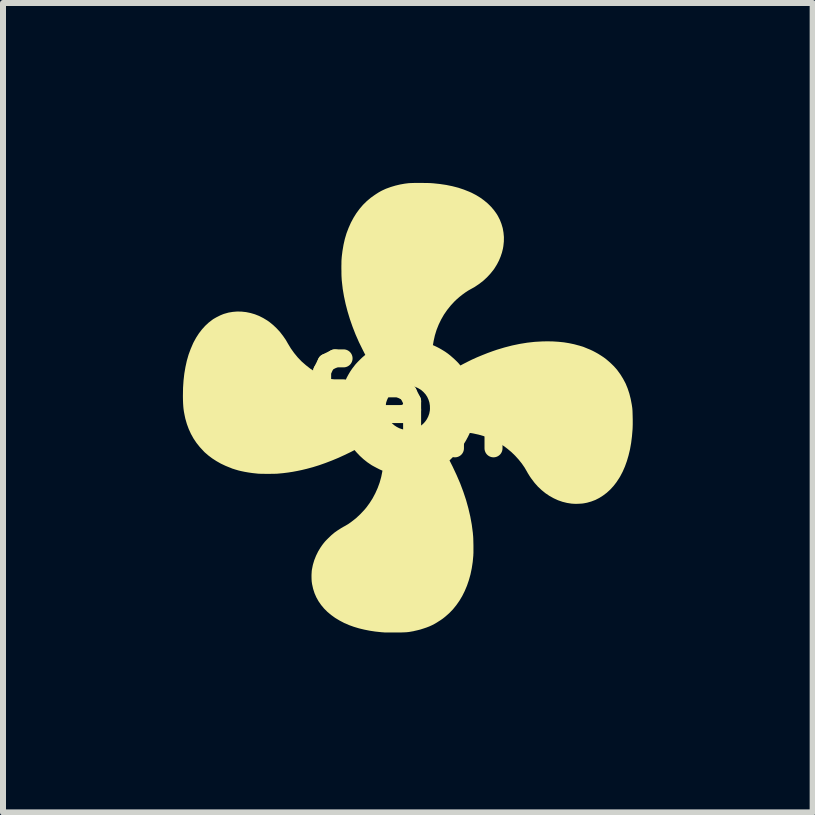
<source format=kicad_pcb>
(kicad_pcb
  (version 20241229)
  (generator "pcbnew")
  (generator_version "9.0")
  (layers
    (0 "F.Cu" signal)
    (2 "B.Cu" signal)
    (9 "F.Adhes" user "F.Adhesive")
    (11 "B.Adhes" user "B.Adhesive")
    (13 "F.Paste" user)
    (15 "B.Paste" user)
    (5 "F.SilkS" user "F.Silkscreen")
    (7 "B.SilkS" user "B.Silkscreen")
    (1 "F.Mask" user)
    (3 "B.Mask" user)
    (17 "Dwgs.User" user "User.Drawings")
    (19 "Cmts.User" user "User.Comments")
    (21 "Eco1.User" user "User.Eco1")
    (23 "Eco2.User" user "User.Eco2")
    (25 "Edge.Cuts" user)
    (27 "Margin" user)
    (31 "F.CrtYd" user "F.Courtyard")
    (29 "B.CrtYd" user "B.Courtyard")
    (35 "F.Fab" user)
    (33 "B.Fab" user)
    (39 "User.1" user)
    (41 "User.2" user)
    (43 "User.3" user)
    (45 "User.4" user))
  (footprint "fan"
    (layer "F.Cu")
    (at 3.75 3.747)
    (property "Reference" "fan" (at 0 0 0) (layer "F.SilkS") (effects (font (size 1.5 1.5) (thickness 0.3))))
    (attr board_only exclude_from_pos_files exclude_from_bom)
    (fp_poly (pts (xy 0.238 -3.747) (xy 0.276 -3.746) (xy 0.314 -3.746) (xy 0.348 -3.745) (xy 0.379 -3.744) (xy 0.405 -3.742) (xy 0.422 -3.741) (xy 0.535 -3.729) (xy 0.642 -3.713) (xy 0.744 -3.692) (xy 0.841 -3.667) (xy 0.934 -3.636) (xy 1.022 -3.601) (xy 1.063 -3.583) (xy 1.138 -3.544) (xy 1.208 -3.501) (xy 1.274 -3.453) (xy 1.335 -3.402) (xy 1.39 -3.347) (xy 1.439 -3.289) (xy 1.482 -3.229) (xy 1.5 -3.199) (xy 1.534 -3.133) (xy 1.561 -3.064) (xy 1.582 -2.993) (xy 1.595 -2.92) (xy 1.602 -2.845) (xy 1.601 -2.77) (xy 1.593 -2.694) (xy 1.585 -2.648) (xy 1.569 -2.584) (xy 1.547 -2.519) (xy 1.52 -2.454) (xy 1.488 -2.392) (xy 1.452 -2.333) (xy 1.435 -2.307) (xy 1.38 -2.238) (xy 1.32 -2.173) (xy 1.255 -2.113) (xy 1.184 -2.059) (xy 1.109 -2.009) (xy 1.049 -1.976) (xy 1.005 -1.951) (xy 0.958 -1.92) (xy 0.91 -1.885) (xy 0.862 -1.847) (xy 0.816 -1.807) (xy 0.781 -1.774) (xy 0.716 -1.704) (xy 0.656 -1.629) (xy 0.602 -1.551) (xy 0.555 -1.469) (xy 0.514 -1.384) (xy 0.479 -1.296) (xy 0.451 -1.205) (xy 0.43 -1.111) (xy 0.427 -1.093) (xy 0.418 -1.042) (xy 0.426 -1.039) (xy 0.455 -1.026) (xy 0.488 -1.01) (xy 0.523 -0.992) (xy 0.558 -0.972) (xy 0.593 -0.951) (xy 0.625 -0.931) (xy 0.632 -0.926) (xy 0.669 -0.9) (xy 0.708 -0.869) (xy 0.747 -0.835) (xy 0.785 -0.801) (xy 0.82 -0.767) (xy 0.851 -0.734) (xy 0.859 -0.724) (xy 0.877 -0.703) (xy 0.916 -0.724) (xy 0.99 -0.762) (xy 1.069 -0.801) (xy 1.153 -0.839) (xy 1.24 -0.875) (xy 1.328 -0.91) (xy 1.416 -0.942) (xy 1.483 -0.965) (xy 1.613 -1.004) (xy 1.741 -1.037) (xy 1.866 -1.063) (xy 1.99 -1.083) (xy 2.114 -1.097) (xy 2.237 -1.104) (xy 2.326 -1.106) (xy 2.422 -1.104) (xy 2.514 -1.098) (xy 2.602 -1.089) (xy 2.688 -1.075) (xy 2.774 -1.057) (xy 2.829 -1.042) (xy 2.86 -1.034) (xy 2.886 -1.026) (xy 2.907 -1.02) (xy 2.925 -1.014) (xy 2.941 -1.008) (xy 2.954 -1.002) (xy 2.962 -0.999) (xy 2.975 -0.994) (xy 2.99 -0.987) (xy 3.001 -0.983) (xy 3.04 -0.967) (xy 3.083 -0.947) (xy 3.127 -0.924) (xy 3.172 -0.899) (xy 3.215 -0.872) (xy 3.255 -0.846) (xy 3.268 -0.837) (xy 3.308 -0.807) (xy 3.349 -0.772) (xy 3.39 -0.735) (xy 3.43 -0.696) (xy 3.466 -0.657) (xy 3.492 -0.626) (xy 3.543 -0.556) (xy 3.589 -0.482) (xy 3.63 -0.405) (xy 3.664 -0.323) (xy 3.693 -0.236) (xy 3.716 -0.145) (xy 3.734 -0.05) (xy 3.742 0.004) (xy 3.744 0.025) (xy 3.746 0.053) (xy 3.747 0.085) (xy 3.748 0.121) (xy 3.749 0.16) (xy 3.75 0.199) (xy 3.75 0.238) (xy 3.75 0.276) (xy 3.749 0.311) (xy 3.748 0.342) (xy 3.747 0.363) (xy 3.737 0.48) (xy 3.723 0.591) (xy 3.704 0.697) (xy 3.68 0.797) (xy 3.652 0.892) (xy 3.62 0.981) (xy 3.583 1.066) (xy 3.541 1.146) (xy 3.524 1.174) (xy 3.478 1.244) (xy 3.428 1.308) (xy 3.374 1.367) (xy 3.317 1.419) (xy 3.256 1.465) (xy 3.193 1.505) (xy 3.127 1.539) (xy 3.058 1.565) (xy 2.988 1.585) (xy 2.936 1.595) (xy 2.907 1.599) (xy 2.875 1.601) (xy 2.839 1.603) (xy 2.804 1.604) (xy 2.771 1.603) (xy 2.742 1.601) (xy 2.735 1.601) (xy 2.656 1.589) (xy 2.579 1.57) (xy 2.504 1.544) (xy 2.432 1.511) (xy 2.362 1.472) (xy 2.295 1.427) (xy 2.231 1.375) (xy 2.17 1.318) (xy 2.114 1.255) (xy 2.061 1.185) (xy 2.044 1.161) (xy 2.03 1.14) (xy 2.016 1.117) (xy 2.002 1.095) (xy 1.991 1.075) (xy 1.987 1.068) (xy 1.947 0.999) (xy 1.9 0.931) (xy 1.847 0.865) (xy 1.789 0.801) (xy 1.727 0.741) (xy 1.66 0.685) (xy 1.613 0.649) (xy 1.534 0.597) (xy 1.451 0.551) (xy 1.364 0.511) (xy 1.274 0.477) (xy 1.181 0.45) (xy 1.085 0.429) (xy 1.048 0.423) (xy 1.039 0.422) (xy 1.033 0.423) (xy 1.03 0.428) (xy 1.029 0.43) (xy 1.025 0.441) (xy 1.017 0.456) (xy 1.008 0.475) (xy 0.998 0.495) (xy 0.986 0.516) (xy 0.976 0.536) (xy 0.966 0.553) (xy 0.964 0.557) (xy 0.936 0.603) (xy 0.907 0.646) (xy 0.877 0.687) (xy 0.844 0.727) (xy 0.807 0.767) (xy 0.765 0.81) (xy 0.765 0.811) (xy 0.695 0.88) (xy 0.747 0.983) (xy 0.813 1.124) (xy 0.873 1.263) (xy 0.925 1.402) (xy 0.971 1.54) (xy 1.009 1.677) (xy 1.041 1.814) (xy 1.066 1.95) (xy 1.084 2.087) (xy 1.086 2.113) (xy 1.089 2.143) (xy 1.091 2.178) (xy 1.092 2.217) (xy 1.093 2.259) (xy 1.094 2.302) (xy 1.094 2.345) (xy 1.094 2.385) (xy 1.094 2.422) (xy 1.092 2.454) (xy 1.092 2.465) (xy 1.082 2.573) (xy 1.066 2.678) (xy 1.045 2.779) (xy 1.018 2.876) (xy 0.986 2.969) (xy 0.949 3.057) (xy 0.907 3.141) (xy 0.86 3.22) (xy 0.808 3.294) (xy 0.752 3.363) (xy 0.69 3.427) (xy 0.624 3.485) (xy 0.585 3.516) (xy 0.565 3.53) (xy 0.542 3.546) (xy 0.516 3.562) (xy 0.49 3.579) (xy 0.467 3.593) (xy 0.446 3.605) (xy 0.443 3.607) (xy 0.404 3.627) (xy 0.36 3.647) (xy 0.311 3.666) (xy 0.26 3.683) (xy 0.207 3.7) (xy 0.155 3.713) (xy 0.105 3.724) (xy 0.105 3.725) (xy 0.078 3.73) (xy 0.054 3.734) (xy 0.033 3.738) (xy 0.013 3.741) (xy -0.007 3.743) (xy -0.028 3.745) (xy -0.05 3.746) (xy -0.074 3.747) (xy -0.103 3.748) (xy -0.136 3.748) (xy -0.174 3.749) (xy -0.209 3.749) (xy -0.244 3.749) (xy -0.277 3.749) (xy -0.308 3.749) (xy -0.335 3.749) (xy -0.357 3.749) (xy -0.375 3.749) (xy -0.387 3.748) (xy -0.392 3.748) (xy -0.4 3.747) (xy -0.414 3.746) (xy -0.432 3.745) (xy -0.451 3.743) (xy -0.452 3.743) (xy -0.545 3.733) (xy -0.637 3.719) (xy -0.727 3.701) (xy -0.814 3.68) (xy -0.898 3.655) (xy -0.976 3.627) (xy -1.049 3.595) (xy -1.056 3.593) (xy -1.136 3.551) (xy -1.211 3.506) (xy -1.279 3.457) (xy -1.341 3.405) (xy -1.397 3.349) (xy -1.446 3.29) (xy -1.489 3.228) (xy -1.526 3.162) (xy -1.556 3.093) (xy -1.579 3.021) (xy -1.596 2.945) (xy -1.599 2.926) (xy -1.603 2.897) (xy -1.605 2.863) (xy -1.606 2.827) (xy -1.606 2.789) (xy -1.604 2.753) (xy -1.602 2.721) (xy -1.599 2.699) (xy -1.583 2.62) (xy -1.56 2.543) (xy -1.53 2.468) (xy -1.494 2.395) (xy -1.457 2.334) (xy -1.436 2.303) (xy -1.417 2.277) (xy -1.398 2.253) (xy -1.378 2.229) (xy -1.355 2.205) (xy -1.328 2.178) (xy -1.324 2.174) (xy -1.275 2.127) (xy -1.224 2.084) (xy -1.17 2.046) (xy -1.112 2.009) (xy -1.069 1.984) (xy -1.041 1.969) (xy -1.018 1.955) (xy -0.997 1.943) (xy -0.978 1.93) (xy -0.957 1.915) (xy -0.943 1.905) (xy -0.866 1.845) (xy -0.795 1.779) (xy -0.728 1.708) (xy -0.694 1.668) (xy -0.638 1.592) (xy -0.587 1.512) (xy -0.542 1.427) (xy -0.503 1.34) (xy -0.47 1.25) (xy -0.444 1.157) (xy -0.429 1.083) (xy -0.426 1.067) (xy -0.424 1.057) (xy -0.424 1.051) (xy -0.425 1.048) (xy -0.428 1.048) (xy -0.428 1.047) (xy -0.434 1.046) (xy -0.445 1.041) (xy -0.461 1.034) (xy -0.48 1.025) (xy -0.501 1.014) (xy -0.523 1.003) (xy -0.545 0.991) (xy -0.566 0.98) (xy -0.586 0.969) (xy -0.602 0.96) (xy -0.611 0.954) (xy -0.676 0.91) (xy -0.74 0.859) (xy -0.801 0.803) (xy -0.856 0.745) (xy -0.875 0.723) (xy -0.888 0.707) (xy -0.954 0.741) (xy -1.056 0.79) (xy -1.161 0.838) (xy -1.267 0.882) (xy -1.374 0.923) (xy -1.479 0.96) (xy -1.582 0.992) (xy -1.682 1.019) (xy -1.69 1.021) (xy -1.769 1.04) (xy -1.846 1.056) (xy -1.921 1.07) (xy -1.998 1.082) (xy -2.079 1.092) (xy -2.154 1.099) (xy -2.173 1.101) (xy -2.199 1.102) (xy -2.23 1.103) (xy -2.263 1.103) (xy -2.3 1.104) (xy -2.337 1.104) (xy -2.374 1.104) (xy -2.409 1.103) (xy -2.442 1.103) (xy -2.472 1.102) (xy -2.496 1.101) (xy -2.513 1.099) (xy -2.588 1.091) (xy -2.658 1.081) (xy -2.721 1.07) (xy -2.779 1.058) (xy -2.817 1.049) (xy -2.835 1.044) (xy -2.855 1.038) (xy -2.876 1.032) (xy -2.895 1.026) (xy -2.913 1.02) (xy -2.927 1.016) (xy -2.936 1.012) (xy -2.939 1.011) (xy -2.945 1.008) (xy -2.954 1.004) (xy -2.961 1.002) (xy -3.04 0.97) (xy -3.118 0.933) (xy -3.192 0.891) (xy -3.263 0.845) (xy -3.329 0.795) (xy -3.389 0.743) (xy -3.406 0.725) (xy -3.468 0.658) (xy -3.524 0.588) (xy -3.573 0.515) (xy -3.616 0.438) (xy -3.653 0.357) (xy -3.684 0.273) (xy -3.71 0.183) (xy -3.717 0.15) (xy -3.726 0.106) (xy -3.734 0.063) (xy -3.74 0.02) (xy -3.742 0) (xy -0.368 0) (xy -0.367 0.03) (xy -0.366 0.056) (xy -0.363 0.078) (xy -0.358 0.099) (xy -0.35 0.122) (xy -0.343 0.142) (xy -0.322 0.185) (xy -0.295 0.225) (xy -0.263 0.262) (xy -0.226 0.294) (xy -0.185 0.321) (xy -0.142 0.343) (xy -0.096 0.359) (xy -0.049 0.369) (xy -0.041 0.37) (xy -0.026 0.371) (xy -0.015 0.372) (xy -0.008 0.373) (xy -0.007 0.373) (xy -0.003 0.373) (xy 0.007 0.372) (xy 0.021 0.371) (xy 0.034 0.37) (xy 0.085 0.362) (xy 0.133 0.347) (xy 0.179 0.325) (xy 0.212 0.305) (xy 0.253 0.272) (xy 0.288 0.234) (xy 0.317 0.193) (xy 0.34 0.148) (xy 0.357 0.1) (xy 0.367 0.049) (xy 0.369 0.02) (xy 0.368 -0.033) (xy 0.36 -0.084) (xy 0.345 -0.132) (xy 0.324 -0.178) (xy 0.297 -0.22) (xy 0.263 -0.258) (xy 0.224 -0.293) (xy 0.212 -0.301) (xy 0.17 -0.326) (xy 0.125 -0.346) (xy 0.078 -0.36) (xy 0.03 -0.367) (xy -0.017 -0.368) (xy -0.037 -0.367) (xy -0.09 -0.357) (xy -0.14 -0.34) (xy -0.186 -0.318) (xy -0.228 -0.29) (xy -0.265 -0.257) (xy -0.298 -0.218) (xy -0.325 -0.175) (xy -0.347 -0.127) (xy -0.36 -0.089) (xy -0.363 -0.076) (xy -0.365 -0.063) (xy -0.366 -0.049) (xy -0.367 -0.031) (xy -0.368 -0.007) (xy -0.368 0) (xy -3.742 0) (xy -3.744 -0.023) (xy -3.747 -0.069) (xy -3.749 -0.119) (xy -3.75 -0.174) (xy -3.75 -0.205) (xy -3.748 -0.33) (xy -3.74 -0.451) (xy -3.727 -0.566) (xy -3.708 -0.677) (xy -3.685 -0.782) (xy -3.656 -0.883) (xy -3.621 -0.978) (xy -3.582 -1.069) (xy -3.571 -1.092) (xy -3.529 -1.168) (xy -3.483 -1.239) (xy -3.433 -1.304) (xy -3.379 -1.364) (xy -3.321 -1.418) (xy -3.26 -1.465) (xy -3.243 -1.477) (xy -3.219 -1.491) (xy -3.191 -1.507) (xy -3.159 -1.523) (xy -3.127 -1.539) (xy -3.096 -1.552) (xy -3.068 -1.563) (xy -3.061 -1.565) (xy -2.99 -1.585) (xy -2.917 -1.597) (xy -2.844 -1.603) (xy -2.77 -1.601) (xy -2.696 -1.593) (xy -2.623 -1.578) (xy -2.551 -1.557) (xy -2.48 -1.529) (xy -2.411 -1.494) (xy -2.343 -1.453) (xy -2.305 -1.426) (xy -2.245 -1.377) (xy -2.187 -1.322) (xy -2.131 -1.261) (xy -2.08 -1.195) (xy -2.033 -1.127) (xy -2 -1.069) (xy -1.951 -0.988) (xy -1.896 -0.911) (xy -1.836 -0.838) (xy -1.771 -0.77) (xy -1.7 -0.708) (xy -1.626 -0.65) (xy -1.547 -0.599) (xy -1.464 -0.553) (xy -1.378 -0.513) (xy -1.289 -0.479) (xy -1.225 -0.46) (xy -1.204 -0.455) (xy -1.18 -0.449) (xy -1.155 -0.443) (xy -1.13 -0.438) (xy -1.108 -0.434) (xy -1.092 -0.431) (xy -1.09 -0.431) (xy -1.077 -0.429) (xy -1.065 -0.427) (xy -1.062 -0.426) (xy -1.057 -0.426) (xy -1.053 -0.428) (xy -1.049 -0.433) (xy -1.045 -0.443) (xy -1.04 -0.453) (xy -1.018 -0.501) (xy -0.991 -0.551) (xy -0.96 -0.603) (xy -0.926 -0.653) (xy -0.889 -0.701) (xy -0.876 -0.718) (xy -0.858 -0.738) (xy -0.836 -0.762) (xy -0.812 -0.786) (xy -0.787 -0.811) (xy -0.763 -0.834) (xy -0.74 -0.854) (xy -0.721 -0.87) (xy -0.72 -0.871) (xy -0.709 -0.879) (xy -0.753 -0.966) (xy -0.815 -1.092) (xy -0.871 -1.219) (xy -0.921 -1.347) (xy -0.966 -1.476) (xy -1.005 -1.605) (xy -1.038 -1.732) (xy -1.065 -1.858) (xy -1.086 -1.982) (xy -1.089 -2.011) (xy -1.094 -2.052) (xy -1.098 -2.089) (xy -1.102 -2.125) (xy -1.104 -2.159) (xy -1.106 -2.195) (xy -1.107 -2.234) (xy -1.107 -2.277) (xy -1.108 -2.32) (xy -1.108 -2.362) (xy -1.107 -2.399) (xy -1.107 -2.43) (xy -1.106 -2.459) (xy -1.104 -2.486) (xy -1.102 -2.512) (xy -1.099 -2.54) (xy -1.095 -2.57) (xy -1.091 -2.604) (xy -1.089 -2.617) (xy -1.072 -2.717) (xy -1.05 -2.814) (xy -1.022 -2.908) (xy -0.988 -2.997) (xy -0.95 -3.083) (xy -0.906 -3.165) (xy -0.858 -3.242) (xy -0.805 -3.314) (xy -0.748 -3.381) (xy -0.686 -3.442) (xy -0.62 -3.498) (xy -0.55 -3.548) (xy -0.549 -3.548) (xy -0.532 -3.56) (xy -0.516 -3.57) (xy -0.502 -3.579) (xy -0.492 -3.586) (xy -0.491 -3.586) (xy -0.474 -3.596) (xy -0.453 -3.608) (xy -0.428 -3.621) (xy -0.402 -3.633) (xy -0.376 -3.645) (xy -0.357 -3.653) (xy -0.285 -3.679) (xy -0.208 -3.702) (xy -0.129 -3.721) (xy -0.05 -3.735) (xy 0.016 -3.743) (xy 0.035 -3.744) (xy 0.06 -3.745) (xy 0.089 -3.746) (xy 0.123 -3.747) (xy 0.16 -3.747) (xy 0.198 -3.747)) (stroke (width 0) (type solid)) (fill yes) (layer "F.SilkS")))
  (gr_rect
    (start -3 -3)
    (end 10.5 10.496)
    (stroke (width 0.1) (type default))
    (fill no)
    (layer "Edge.Cuts")))
</source>
